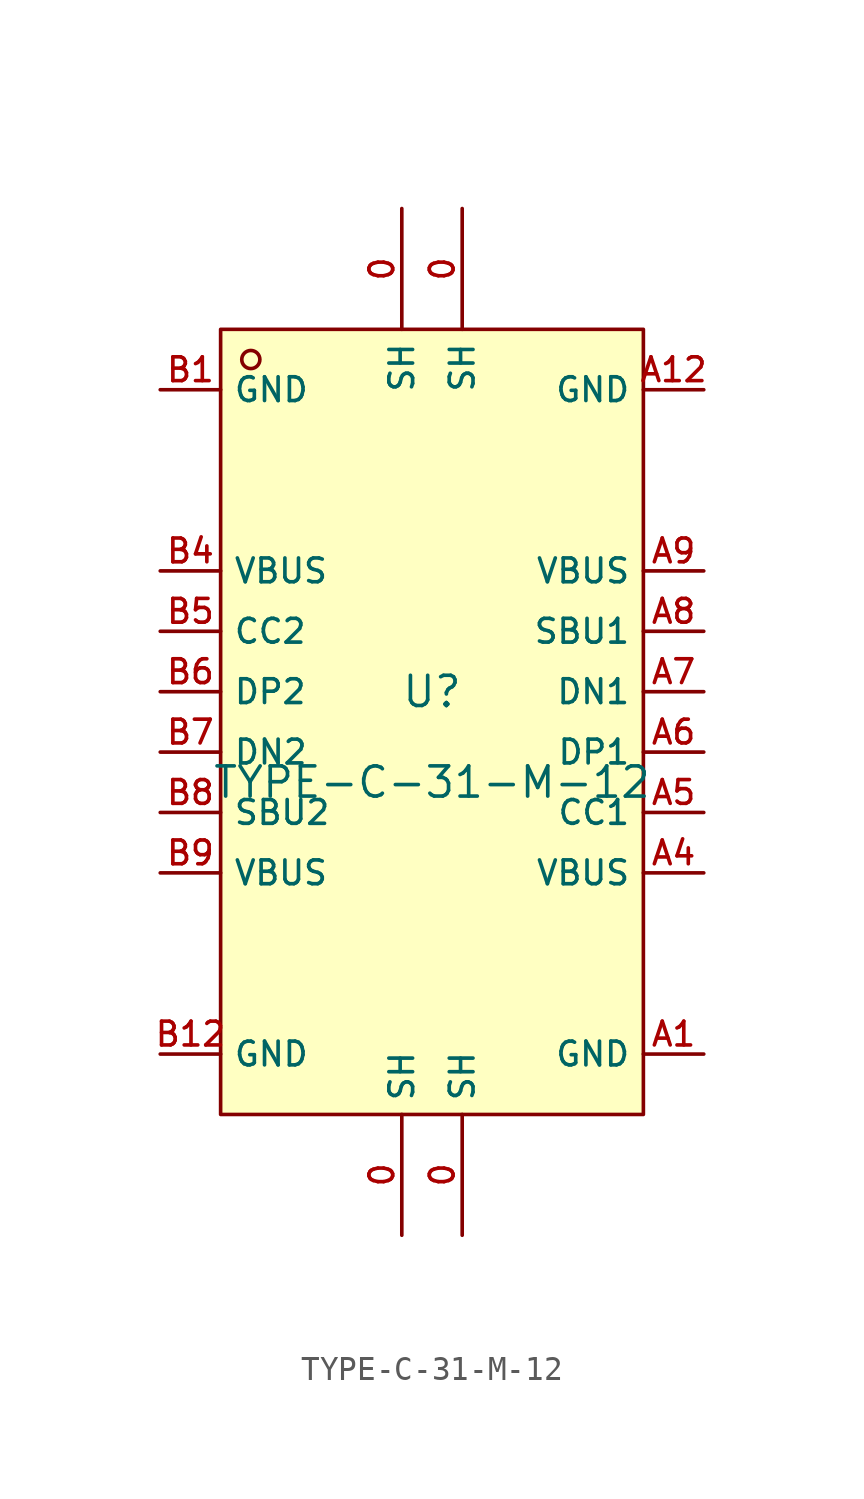
<source format=kicad_sym>
(kicad_symbol_lib
  (version 20220914)
  (generator kicad_symbol_editor)
  (symbol "TYPE-C-31-M-12"
    (property "Reference" "U"
      (at 0 1.27 0)
      (effects (font (size 1.27 1.27))))
    (property "Value" "TYPE-C-31-M-12"
      (at 0 -2.54 0)
      (effects (font (size 1.27 1.27))))
    (symbol "TYPE-C-31-M-12_0_1"
      (rectangle (start -8.89 16.51) (end 8.89 -16.51) (stroke (width 0) (type default)) (fill (type background)))
      (circle (center -7.62 15.24) (radius 0.381) (stroke (width 0) (type default)) (fill (type background))))
    (symbol "TYPE-C-31-M-12_1_1"
      (pin passive line (at -1.27 -21.59 90) (length 5.08) (name "SH" (effects (font (size 1 1)))) (number "0" (effects (font (size 1 1)))))
      (pin passive line (at -1.27 21.59 270) (length 5.08) (name "SH" (effects (font (size 1 1)))) (number "0" (effects (font (size 1 1)))))
      (pin passive line (at 1.27 -21.59 90) (length 5.08) (name "SH" (effects (font (size 1 1)))) (number "0" (effects (font (size 1 1)))))
      (pin passive line (at 1.27 21.59 270) (length 5.08) (name "SH" (effects (font (size 1 1)))) (number "0" (effects (font (size 1 1)))))
      (pin power_in line (at 11.43 -13.97 180) (length 2.54) (name "GND" (effects (font (size 1 1)))) (number "A1" (effects (font (size 1 1)))))
      (pin power_in line (at 11.43 13.97 180) (length 2.54) (name "GND" (effects (font (size 1 1)))) (number "A12" (effects (font (size 1 1)))))
      (pin power_in line (at 11.43 -6.35 180) (length 2.54) (name "VBUS" (effects (font (size 1 1)))) (number "A4" (effects (font (size 1 1)))))
      (pin bidirectional line (at 11.43 -3.81 180) (length 2.54) (name "CC1" (effects (font (size 1 1)))) (number "A5" (effects (font (size 1 1)))))
      (pin bidirectional line (at 11.43 -1.27 180) (length 2.54) (name "DP1" (effects (font (size 1 1)))) (number "A6" (effects (font (size 1 1)))))
      (pin bidirectional line (at 11.43 1.27 180) (length 2.54) (name "DN1" (effects (font (size 1 1)))) (number "A7" (effects (font (size 1 1)))))
      (pin bidirectional line (at 11.43 3.81 180) (length 2.54) (name "SBU1" (effects (font (size 1 1)))) (number "A8" (effects (font (size 1 1)))))
      (pin power_in line (at 11.43 6.35 180) (length 2.54) (name "VBUS" (effects (font (size 1 1)))) (number "A9" (effects (font (size 1 1)))))
      (pin power_in line (at -11.43 13.97 0) (length 2.54) (name "GND" (effects (font (size 1 1)))) (number "B1" (effects (font (size 1 1)))))
      (pin power_in line (at -11.43 -13.97 0) (length 2.54) (name "GND" (effects (font (size 1 1)))) (number "B12" (effects (font (size 1 1)))))
      (pin power_in line (at -11.43 6.35 0) (length 2.54) (name "VBUS" (effects (font (size 1 1)))) (number "B4" (effects (font (size 1 1)))))
      (pin bidirectional line (at -11.43 3.81 0) (length 2.54) (name "CC2" (effects (font (size 1 1)))) (number "B5" (effects (font (size 1 1)))))
      (pin bidirectional line (at -11.43 1.27 0) (length 2.54) (name "DP2" (effects (font (size 1 1)))) (number "B6" (effects (font (size 1 1)))))
      (pin bidirectional line (at -11.43 -1.27 0) (length 2.54) (name "DN2" (effects (font (size 1 1)))) (number "B7" (effects (font (size 1 1)))))
      (pin bidirectional line (at -11.43 -3.81 0) (length 2.54) (name "SBU2" (effects (font (size 1 1)))) (number "B8" (effects (font (size 1 1)))))
      (pin power_in line (at -11.43 -6.35 0) (length 2.54) (name "VBUS" (effects (font (size 1 1)))) (number "B9" (effects (font (size 1 1))))))))
</source>
